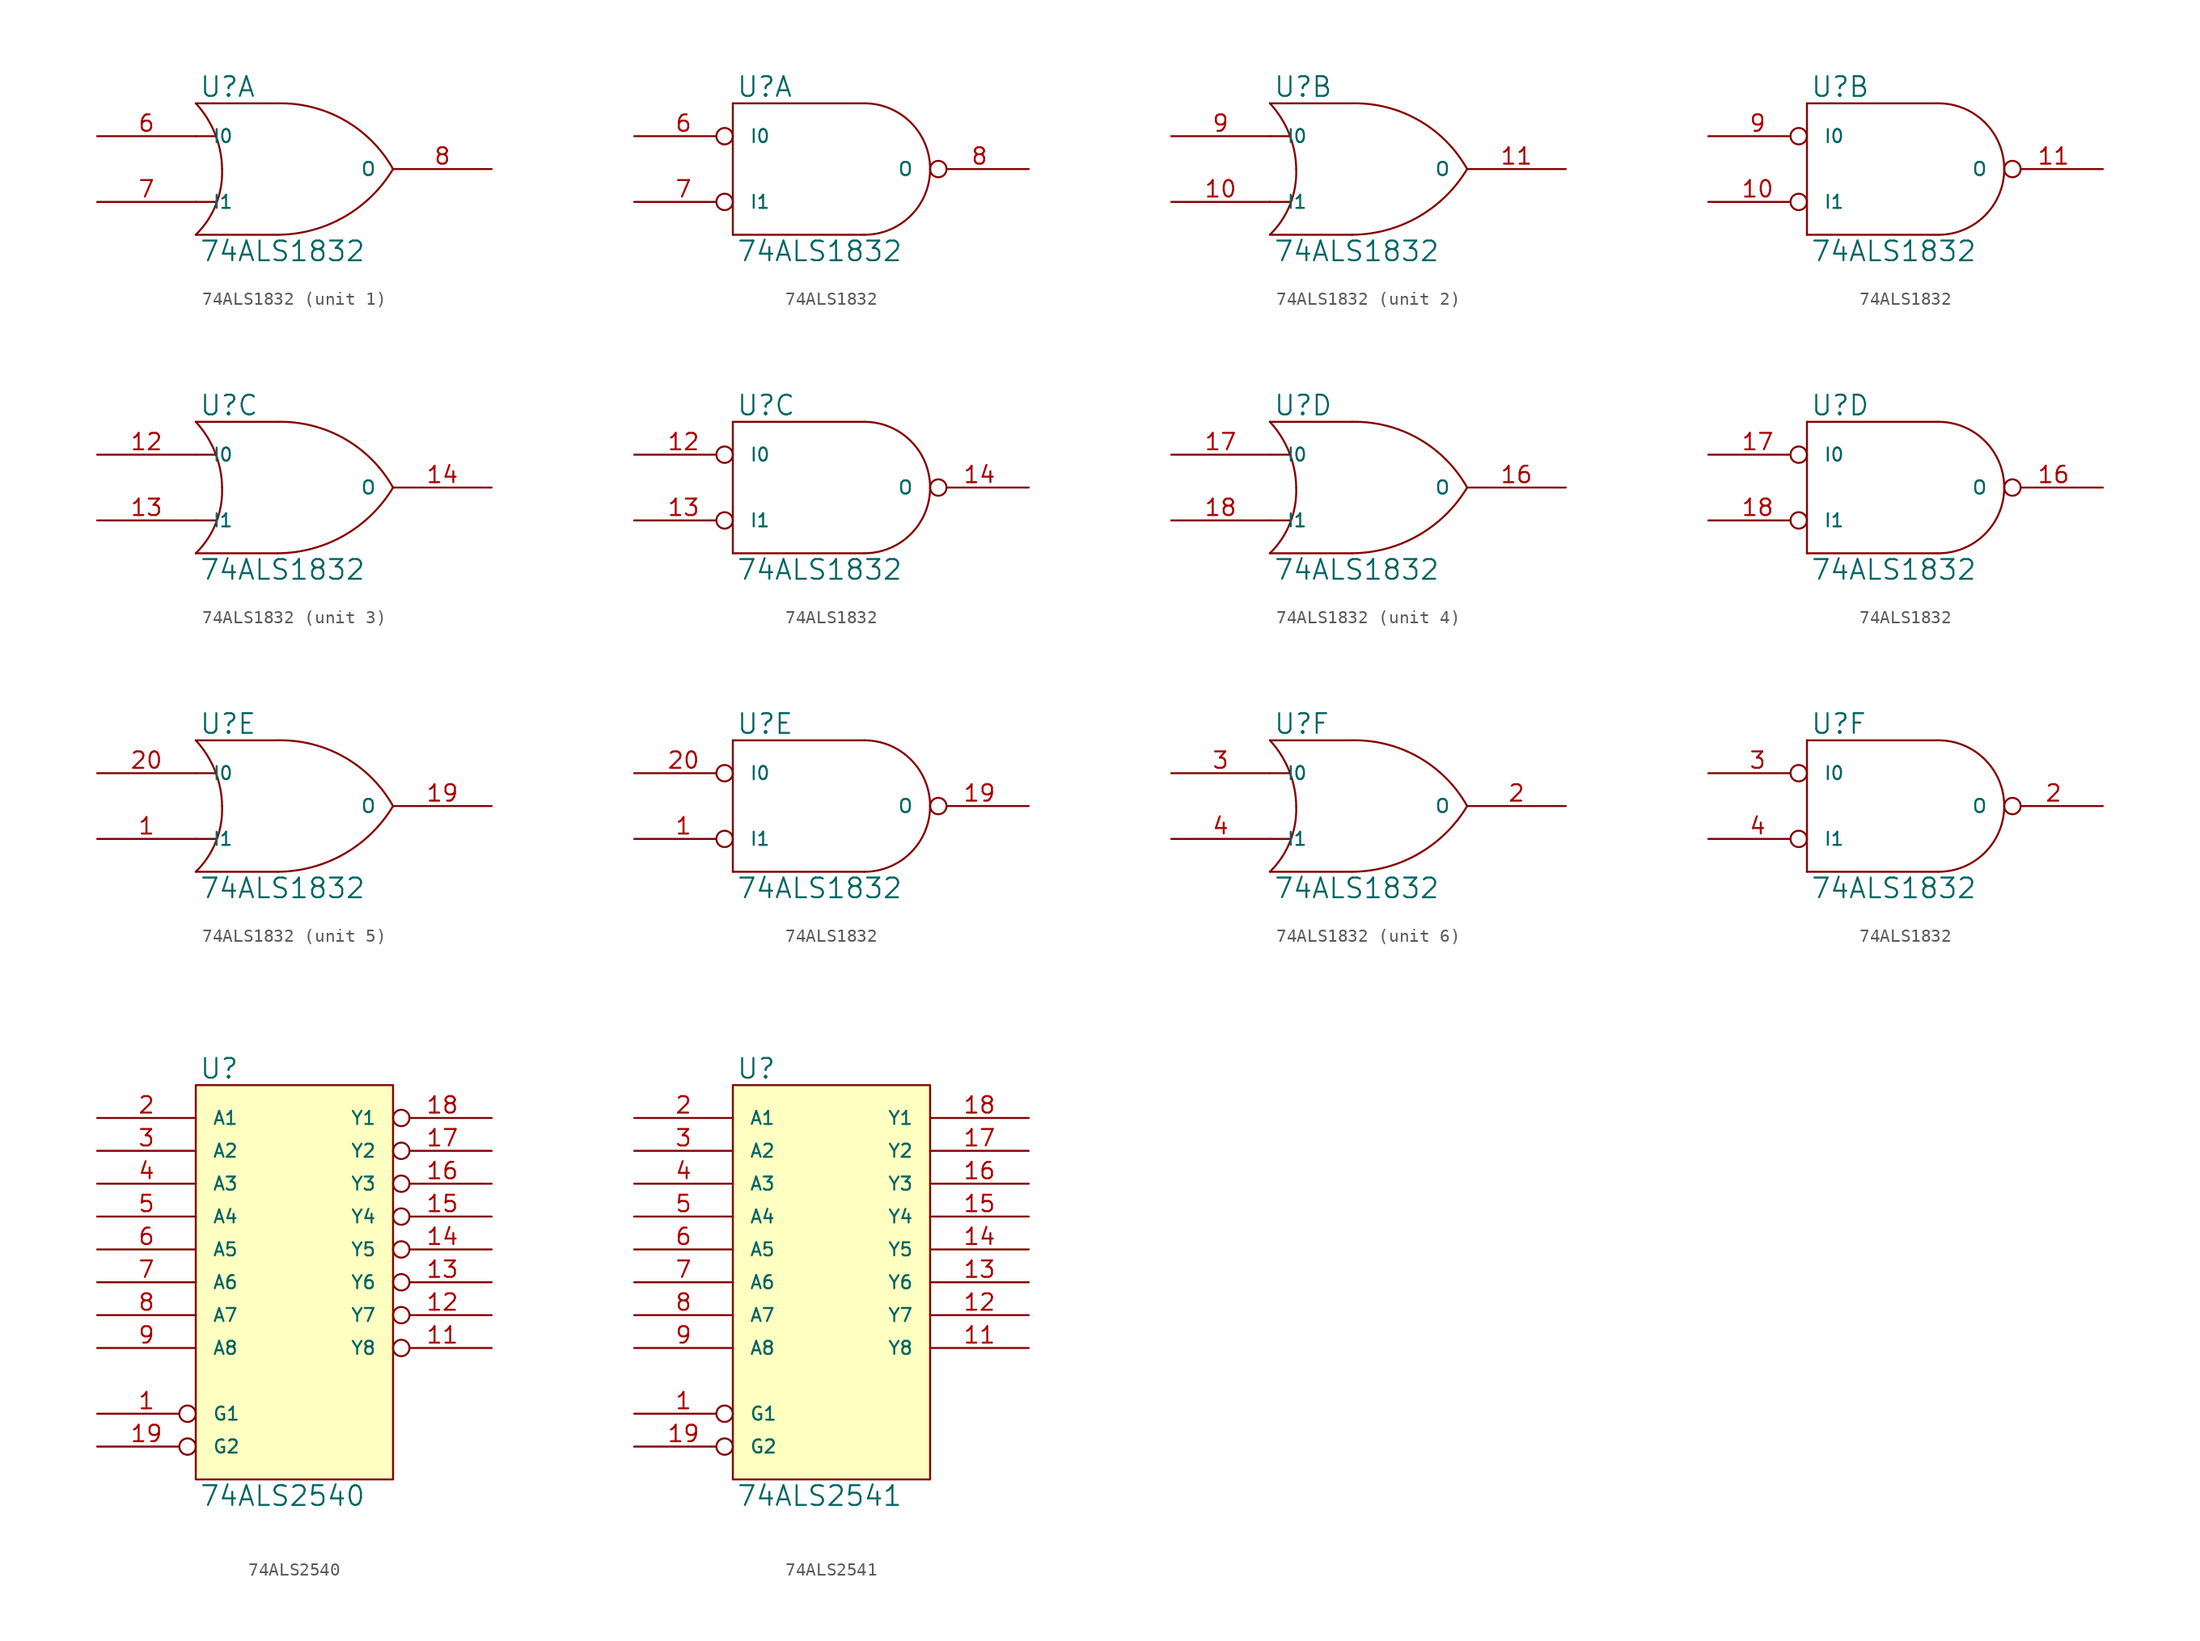
<source format=kicad_sym>
(kicad_symbol_lib
  (version 20231120)
  (generator "kicad_symbol_editor")
  (generator_version "8.0")
  (symbol "74ALS1832"
    (pin_names
      (offset 1.27))
    (property "Reference" "U"
      (at 0.254 0.381 0)
      (effects (font (size 1.524 1.524)) (justify left bottom)))
    (property "Value" "74ALS1832"
      (at 0.254 -10.541 0)
      (effects (font (size 1.524 1.524)) (justify left top)))
    (symbol "74ALS1832_0_1"
      (arc (start 0 -10.16) (mid 1.5573 -7.8293) (end 2.032 -5.08) (stroke (width 0) (type solid)) (fill (type none)))
      (polyline (pts (xy 0 -7.62) (xy 1.524 -7.62)) (stroke (width 0) (type solid)) (fill (type none)))
      (polyline (pts (xy 0 -2.54) (xy 1.524 -2.54)) (stroke (width 0) (type solid)) (fill (type none)))
      (polyline (pts (xy 6.35 -10.16) (xy 0 -10.16)) (stroke (width 0) (type solid)) (fill (type none)))
      (polyline (pts (xy 6.35 0) (xy 0 0)) (stroke (width 0) (type solid)) (fill (type none)))
      (arc (start 2.032 -5.08) (mid 1.4906 -2.3584) (end 0 0) (stroke (width 0) (type solid)) (fill (type none)))
      (arc (start 6.35 -10.16) (mid 11.4496 -8.7875) (end 15.24 -5.08) (stroke (width 0) (type solid)) (fill (type none)))
      (arc (start 15.24 -5.08) (mid 11.4893 -1.3041) (end 6.35 0) (stroke (width 0) (type solid)) (fill (type none))))
    (symbol "74ALS1832_0_2"
      (polyline (pts (xy 0 -10.16) (xy 10.16 -10.16)) (stroke (width 0) (type solid)) (fill (type none)))
      (polyline (pts (xy 0 0) (xy 0 -10.16)) (stroke (width 0) (type solid)) (fill (type none)))
      (polyline (pts (xy 10.16 0) (xy 0 0)) (stroke (width 0) (type solid)) (fill (type none)))
      (arc (start 10.16 -10.16) (mid 13.7521 -8.6721) (end 15.24 -5.08) (stroke (width 0) (type solid)) (fill (type none)))
      (arc (start 15.24 -5.08) (mid 13.7521 -1.4879) (end 10.16 0) (stroke (width 0) (type solid)) (fill (type none))))
    (symbol "74ALS1832_1_1"
      (pin power_in line (at 0 -10.16 90) (length 0) hide (name "GND" (effects (font (size 1.016 1.016)))) (number "15" (effects (font (size 1.27 1.27)))))
      (pin power_in line (at 0 0 270) (length 0) hide (name "VCC" (effects (font (size 1.016 1.016)))) (number "5" (effects (font (size 1.27 1.27)))))
      (pin input line (at -7.62 -2.54 0) (length 7.62) (name "I0" (effects (font (size 1.016 1.016)))) (number "6" (effects (font (size 1.27 1.27)))))
      (pin input line (at -7.62 -7.62 0) (length 7.62) (name "I1" (effects (font (size 1.016 1.016)))) (number "7" (effects (font (size 1.27 1.27)))))
      (pin output line (at 22.86 -5.08 180) (length 7.62) (name "O" (effects (font (size 1.016 1.016)))) (number "8" (effects (font (size 1.27 1.27))))))
    (symbol "74ALS1832_1_2"
      (pin power_in line (at 0 -10.16 90) (length 0) hide (name "GND" (effects (font (size 1.016 1.016)))) (number "15" (effects (font (size 1.27 1.27)))))
      (pin power_in line (at 0 0 270) (length 0) hide (name "VCC" (effects (font (size 1.016 1.016)))) (number "5" (effects (font (size 1.27 1.27)))))
      (pin input inverted (at -7.62 -2.54 0) (length 7.62) (name "I0" (effects (font (size 1.016 1.016)))) (number "6" (effects (font (size 1.27 1.27)))))
      (pin input inverted (at -7.62 -7.62 0) (length 7.62) (name "I1" (effects (font (size 1.016 1.016)))) (number "7" (effects (font (size 1.27 1.27)))))
      (pin output inverted (at 22.86 -5.08 180) (length 7.62) (name "O" (effects (font (size 1.016 1.016)))) (number "8" (effects (font (size 1.27 1.27))))))
    (symbol "74ALS1832_2_1"
      (pin input line (at -7.62 -7.62 0) (length 7.62) (name "I1" (effects (font (size 1.016 1.016)))) (number "10" (effects (font (size 1.27 1.27)))))
      (pin output line (at 22.86 -5.08 180) (length 7.62) (name "O" (effects (font (size 1.016 1.016)))) (number "11" (effects (font (size 1.27 1.27)))))
      (pin power_in line (at 0 -10.16 90) (length 0) hide (name "GND" (effects (font (size 1.016 1.016)))) (number "15" (effects (font (size 1.27 1.27)))))
      (pin power_in line (at 0 0 270) (length 0) hide (name "VCC" (effects (font (size 1.016 1.016)))) (number "5" (effects (font (size 1.27 1.27)))))
      (pin input line (at -7.62 -2.54 0) (length 7.62) (name "I0" (effects (font (size 1.016 1.016)))) (number "9" (effects (font (size 1.27 1.27))))))
    (symbol "74ALS1832_2_2"
      (pin input inverted (at -7.62 -7.62 0) (length 7.62) (name "I1" (effects (font (size 1.016 1.016)))) (number "10" (effects (font (size 1.27 1.27)))))
      (pin output inverted (at 22.86 -5.08 180) (length 7.62) (name "O" (effects (font (size 1.016 1.016)))) (number "11" (effects (font (size 1.27 1.27)))))
      (pin power_in line (at 0 -10.16 90) (length 0) hide (name "GND" (effects (font (size 1.016 1.016)))) (number "15" (effects (font (size 1.27 1.27)))))
      (pin power_in line (at 0 0 270) (length 0) hide (name "VCC" (effects (font (size 1.016 1.016)))) (number "5" (effects (font (size 1.27 1.27)))))
      (pin input inverted (at -7.62 -2.54 0) (length 7.62) (name "I0" (effects (font (size 1.016 1.016)))) (number "9" (effects (font (size 1.27 1.27))))))
    (symbol "74ALS1832_3_1"
      (pin input line (at -7.62 -2.54 0) (length 7.62) (name "I0" (effects (font (size 1.016 1.016)))) (number "12" (effects (font (size 1.27 1.27)))))
      (pin input line (at -7.62 -7.62 0) (length 7.62) (name "I1" (effects (font (size 1.016 1.016)))) (number "13" (effects (font (size 1.27 1.27)))))
      (pin output line (at 22.86 -5.08 180) (length 7.62) (name "O" (effects (font (size 1.016 1.016)))) (number "14" (effects (font (size 1.27 1.27)))))
      (pin power_in line (at 0 -10.16 90) (length 0) hide (name "GND" (effects (font (size 1.016 1.016)))) (number "15" (effects (font (size 1.27 1.27)))))
      (pin power_in line (at 0 0 270) (length 0) hide (name "VCC" (effects (font (size 1.016 1.016)))) (number "5" (effects (font (size 1.27 1.27))))))
    (symbol "74ALS1832_3_2"
      (pin input inverted (at -7.62 -2.54 0) (length 7.62) (name "I0" (effects (font (size 1.016 1.016)))) (number "12" (effects (font (size 1.27 1.27)))))
      (pin input inverted (at -7.62 -7.62 0) (length 7.62) (name "I1" (effects (font (size 1.016 1.016)))) (number "13" (effects (font (size 1.27 1.27)))))
      (pin output inverted (at 22.86 -5.08 180) (length 7.62) (name "O" (effects (font (size 1.016 1.016)))) (number "14" (effects (font (size 1.27 1.27)))))
      (pin power_in line (at 0 -10.16 90) (length 0) hide (name "GND" (effects (font (size 1.016 1.016)))) (number "15" (effects (font (size 1.27 1.27)))))
      (pin power_in line (at 0 0 270) (length 0) hide (name "VCC" (effects (font (size 1.016 1.016)))) (number "5" (effects (font (size 1.27 1.27))))))
    (symbol "74ALS1832_4_1"
      (pin power_in line (at 0 -10.16 90) (length 0) hide (name "GND" (effects (font (size 1.016 1.016)))) (number "15" (effects (font (size 1.27 1.27)))))
      (pin output line (at 22.86 -5.08 180) (length 7.62) (name "O" (effects (font (size 1.016 1.016)))) (number "16" (effects (font (size 1.27 1.27)))))
      (pin input line (at -7.62 -2.54 0) (length 7.62) (name "I0" (effects (font (size 1.016 1.016)))) (number "17" (effects (font (size 1.27 1.27)))))
      (pin input line (at -7.62 -7.62 0) (length 7.62) (name "I1" (effects (font (size 1.016 1.016)))) (number "18" (effects (font (size 1.27 1.27)))))
      (pin power_in line (at 0 0 270) (length 0) hide (name "VCC" (effects (font (size 1.016 1.016)))) (number "5" (effects (font (size 1.27 1.27))))))
    (symbol "74ALS1832_4_2"
      (pin power_in line (at 0 -10.16 90) (length 0) hide (name "GND" (effects (font (size 1.016 1.016)))) (number "15" (effects (font (size 1.27 1.27)))))
      (pin output inverted (at 22.86 -5.08 180) (length 7.62) (name "O" (effects (font (size 1.016 1.016)))) (number "16" (effects (font (size 1.27 1.27)))))
      (pin input inverted (at -7.62 -2.54 0) (length 7.62) (name "I0" (effects (font (size 1.016 1.016)))) (number "17" (effects (font (size 1.27 1.27)))))
      (pin input inverted (at -7.62 -7.62 0) (length 7.62) (name "I1" (effects (font (size 1.016 1.016)))) (number "18" (effects (font (size 1.27 1.27)))))
      (pin power_in line (at 0 0 270) (length 0) hide (name "VCC" (effects (font (size 1.016 1.016)))) (number "5" (effects (font (size 1.27 1.27))))))
    (symbol "74ALS1832_5_1"
      (pin input line (at -7.62 -7.62 0) (length 7.62) (name "I1" (effects (font (size 1.016 1.016)))) (number "1" (effects (font (size 1.27 1.27)))))
      (pin power_in line (at 0 -10.16 90) (length 0) hide (name "GND" (effects (font (size 1.016 1.016)))) (number "15" (effects (font (size 1.27 1.27)))))
      (pin output line (at 22.86 -5.08 180) (length 7.62) (name "O" (effects (font (size 1.016 1.016)))) (number "19" (effects (font (size 1.27 1.27)))))
      (pin input line (at -7.62 -2.54 0) (length 7.62) (name "I0" (effects (font (size 1.016 1.016)))) (number "20" (effects (font (size 1.27 1.27)))))
      (pin power_in line (at 0 0 270) (length 0) hide (name "VCC" (effects (font (size 1.016 1.016)))) (number "5" (effects (font (size 1.27 1.27))))))
    (symbol "74ALS1832_5_2"
      (pin input inverted (at -7.62 -7.62 0) (length 7.62) (name "I1" (effects (font (size 1.016 1.016)))) (number "1" (effects (font (size 1.27 1.27)))))
      (pin power_in line (at 0 -10.16 90) (length 0) hide (name "GND" (effects (font (size 1.016 1.016)))) (number "15" (effects (font (size 1.27 1.27)))))
      (pin output inverted (at 22.86 -5.08 180) (length 7.62) (name "O" (effects (font (size 1.016 1.016)))) (number "19" (effects (font (size 1.27 1.27)))))
      (pin input inverted (at -7.62 -2.54 0) (length 7.62) (name "I0" (effects (font (size 1.016 1.016)))) (number "20" (effects (font (size 1.27 1.27)))))
      (pin power_in line (at 0 0 270) (length 0) hide (name "VCC" (effects (font (size 1.016 1.016)))) (number "5" (effects (font (size 1.27 1.27))))))
    (symbol "74ALS1832_6_1"
      (pin power_in line (at 0 -10.16 90) (length 0) hide (name "GND" (effects (font (size 1.016 1.016)))) (number "15" (effects (font (size 1.27 1.27)))))
      (pin output line (at 22.86 -5.08 180) (length 7.62) (name "O" (effects (font (size 1.016 1.016)))) (number "2" (effects (font (size 1.27 1.27)))))
      (pin input line (at -7.62 -2.54 0) (length 7.62) (name "I0" (effects (font (size 1.016 1.016)))) (number "3" (effects (font (size 1.27 1.27)))))
      (pin input line (at -7.62 -7.62 0) (length 7.62) (name "I1" (effects (font (size 1.016 1.016)))) (number "4" (effects (font (size 1.27 1.27)))))
      (pin power_in line (at 0 0 270) (length 0) hide (name "VCC" (effects (font (size 1.016 1.016)))) (number "5" (effects (font (size 1.27 1.27))))))
    (symbol "74ALS1832_6_2"
      (pin power_in line (at 0 -10.16 90) (length 0) hide (name "GND" (effects (font (size 1.016 1.016)))) (number "15" (effects (font (size 1.27 1.27)))))
      (pin output inverted (at 22.86 -5.08 180) (length 7.62) (name "O" (effects (font (size 1.016 1.016)))) (number "2" (effects (font (size 1.27 1.27)))))
      (pin input inverted (at -7.62 -2.54 0) (length 7.62) (name "I0" (effects (font (size 1.016 1.016)))) (number "3" (effects (font (size 1.27 1.27)))))
      (pin input inverted (at -7.62 -7.62 0) (length 7.62) (name "I1" (effects (font (size 1.016 1.016)))) (number "4" (effects (font (size 1.27 1.27)))))
      (pin power_in line (at 0 0 270) (length 0) hide (name "VCC" (effects (font (size 1.016 1.016)))) (number "5" (effects (font (size 1.27 1.27)))))))
  (symbol "74ALS2540"
    (pin_names
      (offset 1.27))
    (property "Reference" "U"
      (at 0.254 0.381 0)
      (effects (font (size 1.524 1.524)) (justify left bottom)))
    (property "Value" "74ALS2540"
      (at 0.254 -30.861 0)
      (effects (font (size 1.524 1.524)) (justify left top)))
    (symbol "74ALS2540_0_1"
      (rectangle (start 0 0) (end 15.24 -30.48) (stroke (width 0) (type solid)) (fill (type background))))
    (symbol "74ALS2540_1_1"
      (pin input inverted (at -7.62 -25.4 0) (length 7.62) (name "G1" (effects (font (size 1.016 1.016)))) (number "1" (effects (font (size 1.27 1.27)))))
      (pin power_in line (at 0 -30.48 90) (length 0) hide (name "GND" (effects (font (size 1.016 1.016)))) (number "10" (effects (font (size 1.27 1.27)))))
      (pin tri_state inverted (at 22.86 -20.32 180) (length 7.62) (name "Y8" (effects (font (size 1.016 1.016)))) (number "11" (effects (font (size 1.27 1.27)))))
      (pin tri_state inverted (at 22.86 -17.78 180) (length 7.62) (name "Y7" (effects (font (size 1.016 1.016)))) (number "12" (effects (font (size 1.27 1.27)))))
      (pin tri_state inverted (at 22.86 -15.24 180) (length 7.62) (name "Y6" (effects (font (size 1.016 1.016)))) (number "13" (effects (font (size 1.27 1.27)))))
      (pin tri_state inverted (at 22.86 -12.7 180) (length 7.62) (name "Y5" (effects (font (size 1.016 1.016)))) (number "14" (effects (font (size 1.27 1.27)))))
      (pin tri_state inverted (at 22.86 -10.16 180) (length 7.62) (name "Y4" (effects (font (size 1.016 1.016)))) (number "15" (effects (font (size 1.27 1.27)))))
      (pin tri_state inverted (at 22.86 -7.62 180) (length 7.62) (name "Y3" (effects (font (size 1.016 1.016)))) (number "16" (effects (font (size 1.27 1.27)))))
      (pin tri_state inverted (at 22.86 -5.08 180) (length 7.62) (name "Y2" (effects (font (size 1.016 1.016)))) (number "17" (effects (font (size 1.27 1.27)))))
      (pin tri_state inverted (at 22.86 -2.54 180) (length 7.62) (name "Y1" (effects (font (size 1.016 1.016)))) (number "18" (effects (font (size 1.27 1.27)))))
      (pin input inverted (at -7.62 -27.94 0) (length 7.62) (name "G2" (effects (font (size 1.016 1.016)))) (number "19" (effects (font (size 1.27 1.27)))))
      (pin input line (at -7.62 -2.54 0) (length 7.62) (name "A1" (effects (font (size 1.016 1.016)))) (number "2" (effects (font (size 1.27 1.27)))))
      (pin power_in line (at 0 0 270) (length 0) hide (name "VCC" (effects (font (size 1.016 1.016)))) (number "20" (effects (font (size 1.27 1.27)))))
      (pin input line (at -7.62 -5.08 0) (length 7.62) (name "A2" (effects (font (size 1.016 1.016)))) (number "3" (effects (font (size 1.27 1.27)))))
      (pin input line (at -7.62 -7.62 0) (length 7.62) (name "A3" (effects (font (size 1.016 1.016)))) (number "4" (effects (font (size 1.27 1.27)))))
      (pin input line (at -7.62 -10.16 0) (length 7.62) (name "A4" (effects (font (size 1.016 1.016)))) (number "5" (effects (font (size 1.27 1.27)))))
      (pin input line (at -7.62 -12.7 0) (length 7.62) (name "A5" (effects (font (size 1.016 1.016)))) (number "6" (effects (font (size 1.27 1.27)))))
      (pin input line (at -7.62 -15.24 0) (length 7.62) (name "A6" (effects (font (size 1.016 1.016)))) (number "7" (effects (font (size 1.27 1.27)))))
      (pin input line (at -7.62 -17.78 0) (length 7.62) (name "A7" (effects (font (size 1.016 1.016)))) (number "8" (effects (font (size 1.27 1.27)))))
      (pin input line (at -7.62 -20.32 0) (length 7.62) (name "A8" (effects (font (size 1.016 1.016)))) (number "9" (effects (font (size 1.27 1.27)))))))
  (symbol "74ALS2541"
    (pin_names
      (offset 1.27))
    (property "Reference" "U"
      (at 0.254 0.381 0)
      (effects (font (size 1.524 1.524)) (justify left bottom)))
    (property "Value" "74ALS2541"
      (at 0.254 -30.861 0)
      (effects (font (size 1.524 1.524)) (justify left top)))
    (symbol "74ALS2541_0_1"
      (rectangle (start 0 0) (end 15.24 -30.48) (stroke (width 0) (type solid)) (fill (type background))))
    (symbol "74ALS2541_1_1"
      (pin input inverted (at -7.62 -25.4 0) (length 7.62) (name "G1" (effects (font (size 1.016 1.016)))) (number "1" (effects (font (size 1.27 1.27)))))
      (pin power_in line (at 0 -30.48 90) (length 0) hide (name "GND" (effects (font (size 1.016 1.016)))) (number "10" (effects (font (size 1.27 1.27)))))
      (pin tri_state line (at 22.86 -20.32 180) (length 7.62) (name "Y8" (effects (font (size 1.016 1.016)))) (number "11" (effects (font (size 1.27 1.27)))))
      (pin tri_state line (at 22.86 -17.78 180) (length 7.62) (name "Y7" (effects (font (size 1.016 1.016)))) (number "12" (effects (font (size 1.27 1.27)))))
      (pin tri_state line (at 22.86 -15.24 180) (length 7.62) (name "Y6" (effects (font (size 1.016 1.016)))) (number "13" (effects (font (size 1.27 1.27)))))
      (pin tri_state line (at 22.86 -12.7 180) (length 7.62) (name "Y5" (effects (font (size 1.016 1.016)))) (number "14" (effects (font (size 1.27 1.27)))))
      (pin tri_state line (at 22.86 -10.16 180) (length 7.62) (name "Y4" (effects (font (size 1.016 1.016)))) (number "15" (effects (font (size 1.27 1.27)))))
      (pin tri_state line (at 22.86 -7.62 180) (length 7.62) (name "Y3" (effects (font (size 1.016 1.016)))) (number "16" (effects (font (size 1.27 1.27)))))
      (pin tri_state line (at 22.86 -5.08 180) (length 7.62) (name "Y2" (effects (font (size 1.016 1.016)))) (number "17" (effects (font (size 1.27 1.27)))))
      (pin tri_state line (at 22.86 -2.54 180) (length 7.62) (name "Y1" (effects (font (size 1.016 1.016)))) (number "18" (effects (font (size 1.27 1.27)))))
      (pin input inverted (at -7.62 -27.94 0) (length 7.62) (name "G2" (effects (font (size 1.016 1.016)))) (number "19" (effects (font (size 1.27 1.27)))))
      (pin input line (at -7.62 -2.54 0) (length 7.62) (name "A1" (effects (font (size 1.016 1.016)))) (number "2" (effects (font (size 1.27 1.27)))))
      (pin power_in line (at 0 0 270) (length 0) hide (name "VCC" (effects (font (size 1.016 1.016)))) (number "20" (effects (font (size 1.27 1.27)))))
      (pin input line (at -7.62 -5.08 0) (length 7.62) (name "A2" (effects (font (size 1.016 1.016)))) (number "3" (effects (font (size 1.27 1.27)))))
      (pin input line (at -7.62 -7.62 0) (length 7.62) (name "A3" (effects (font (size 1.016 1.016)))) (number "4" (effects (font (size 1.27 1.27)))))
      (pin input line (at -7.62 -10.16 0) (length 7.62) (name "A4" (effects (font (size 1.016 1.016)))) (number "5" (effects (font (size 1.27 1.27)))))
      (pin input line (at -7.62 -12.7 0) (length 7.62) (name "A5" (effects (font (size 1.016 1.016)))) (number "6" (effects (font (size 1.27 1.27)))))
      (pin input line (at -7.62 -15.24 0) (length 7.62) (name "A6" (effects (font (size 1.016 1.016)))) (number "7" (effects (font (size 1.27 1.27)))))
      (pin input line (at -7.62 -17.78 0) (length 7.62) (name "A7" (effects (font (size 1.016 1.016)))) (number "8" (effects (font (size 1.27 1.27)))))
      (pin input line (at -7.62 -20.32 0) (length 7.62) (name "A8" (effects (font (size 1.016 1.016)))) (number "9" (effects (font (size 1.27 1.27))))))))
</source>
